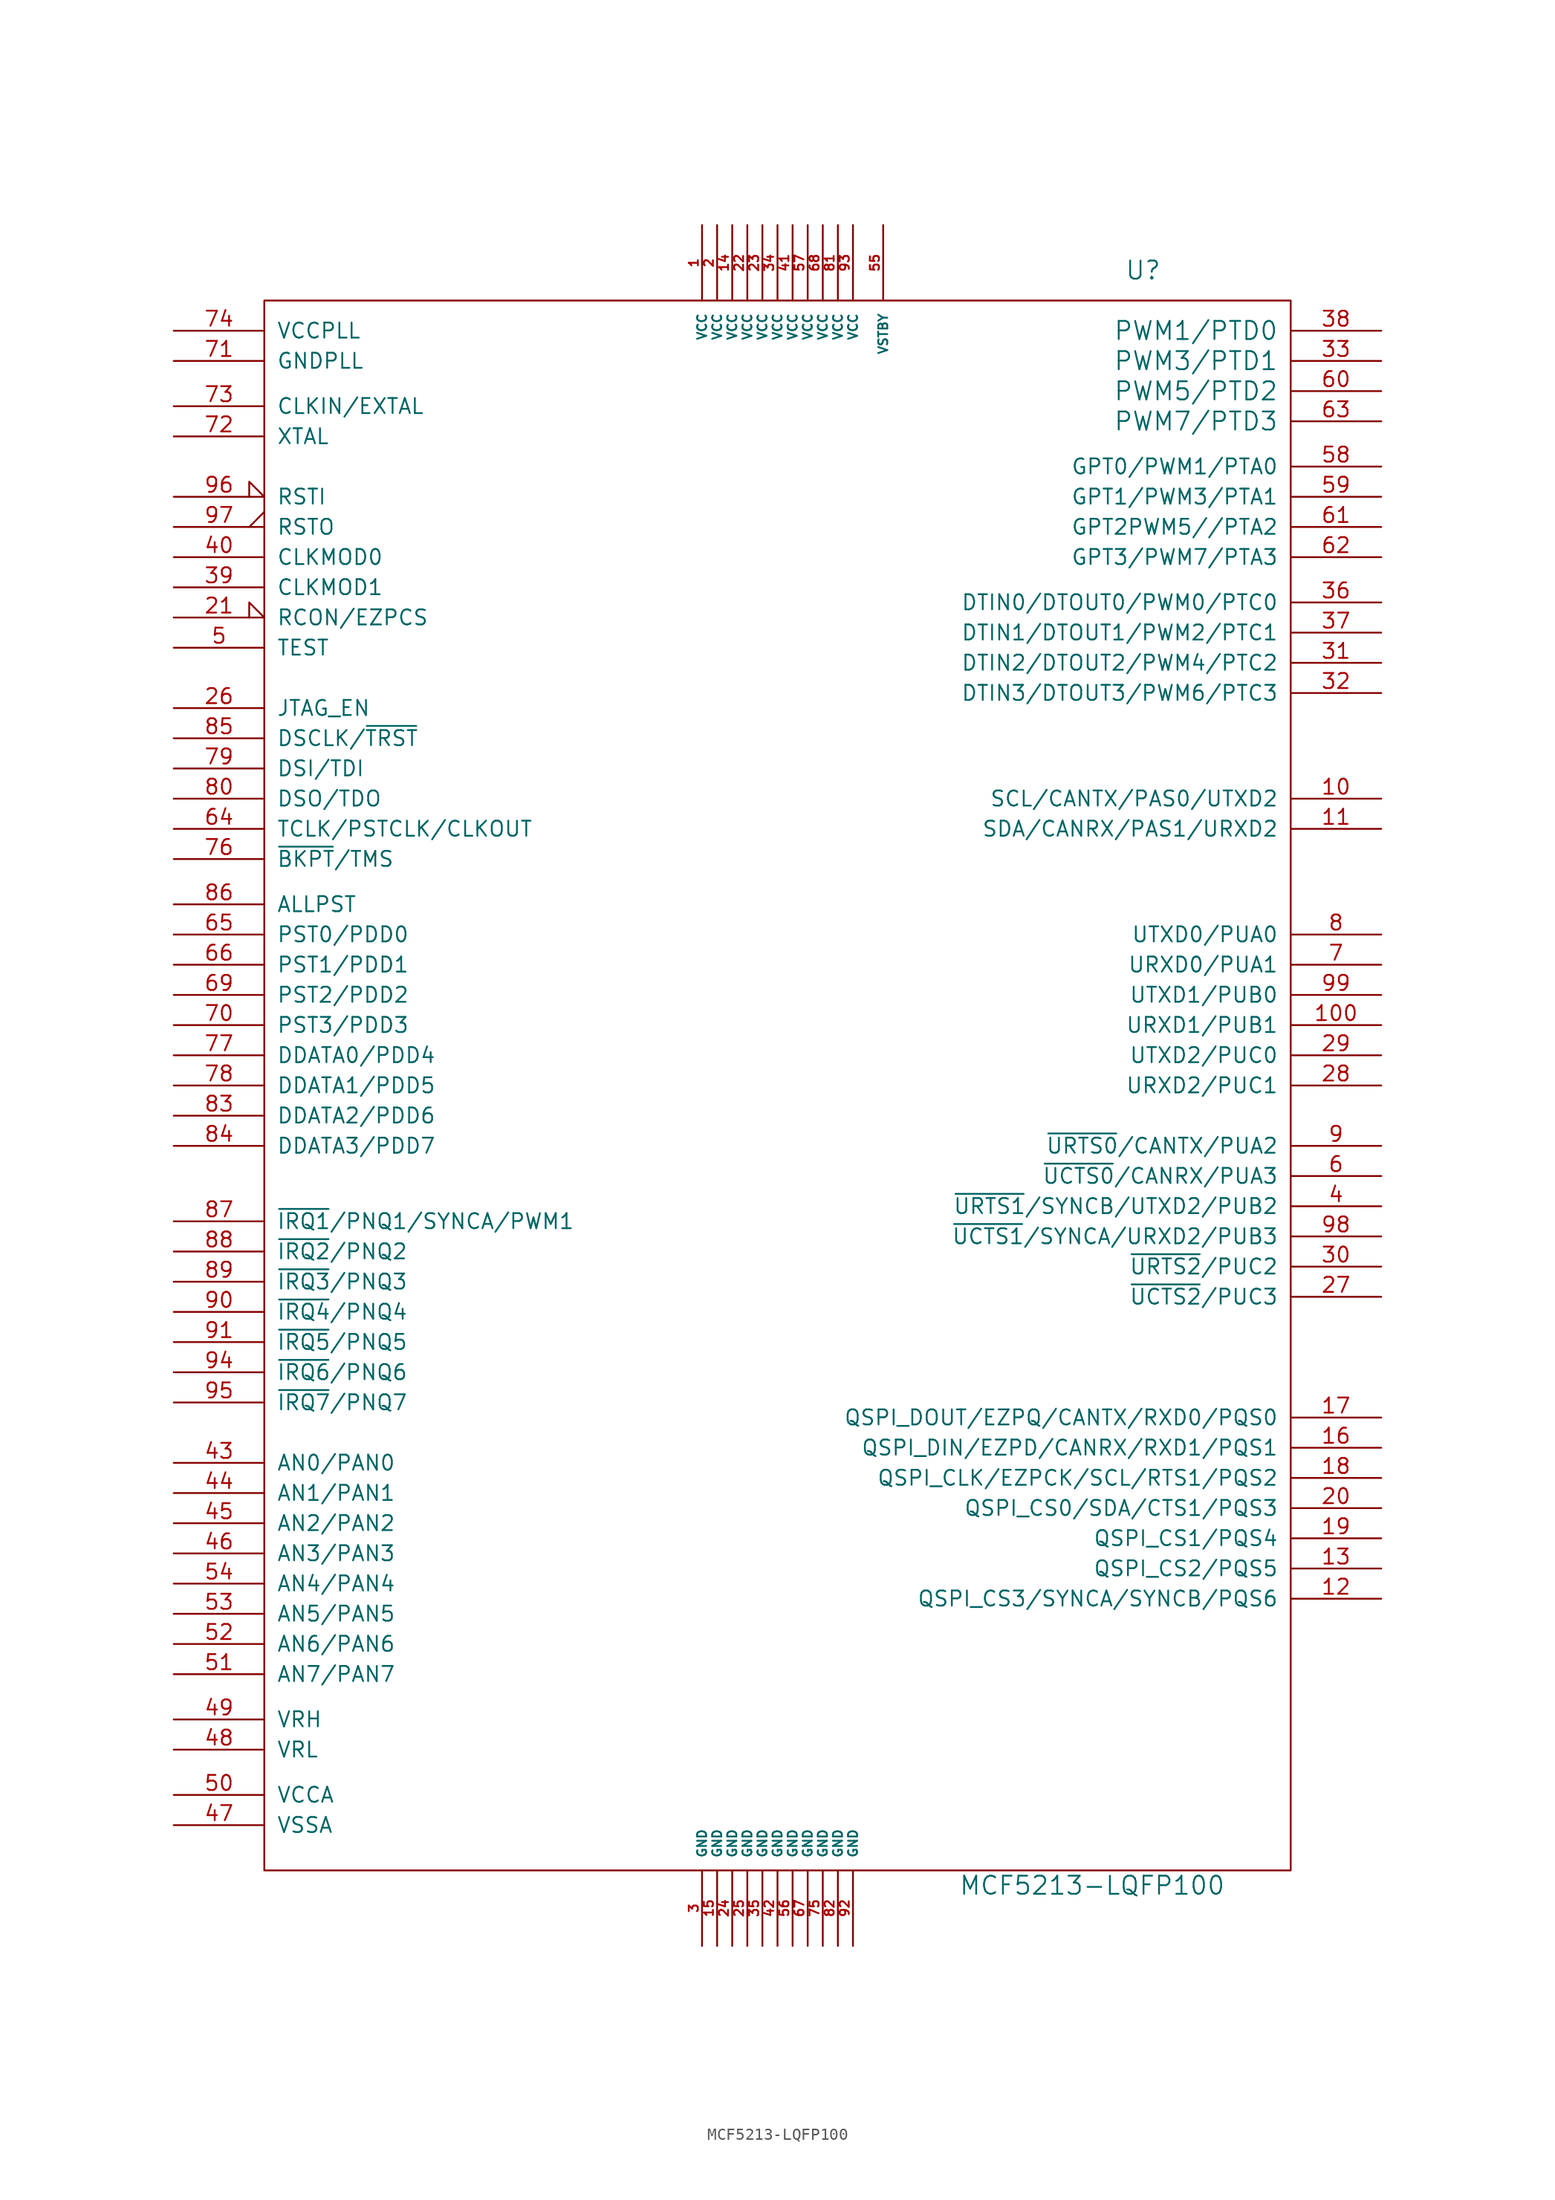
<source format=kicad_sym>
(kicad_symbol_lib
  (version 20211014)
  (generator kicad_symbol_editor)
  (symbol "MCF5213-LQFP100"
    (pin_names
      (offset 1.016))
    (property "Reference" "U"
      (at 29.21 68.58 0)
      (effects (font (size 1.524 1.524)) (justify left)))
    (property "Value" "MCF5213-LQFP100"
      (at 15.24 -67.31 0)
      (effects (font (size 1.524 1.524)) (justify left)))
    (property "Footprint" ""
      (at 0 0 0)
      (effects (font (size 1.524 1.524))))
    (property "Datasheet" ""
      (at 0 0 0)
      (effects (font (size 1.524 1.524))))
    (symbol "MCF5213-LQFP100_0_1"
      (rectangle (start -43.18 66.04) (end 43.18 -66.04) (stroke (width 0) (type default) (color 0 0 0 0)) (fill (type none))))
    (symbol "MCF5213-LQFP100_1_1"
      (pin power_in line (at -6.35 72.39 270) (length 6.35) (name "VCC" (effects (font (size 0.762 0.762)))) (number "1" (effects (font (size 0.762 0.762)))))
      (pin bidirectional line (at 50.8 24.13 180) (length 7.62) (name "SCL/CANTX/PAS0/UTXD2" (effects (font (size 1.27 1.27)))) (number "10" (effects (font (size 1.27 1.27)))))
      (pin bidirectional line (at 50.8 5.08 180) (length 7.62) (name "URXD1/PUB1" (effects (font (size 1.27 1.27)))) (number "100" (effects (font (size 1.27 1.27)))))
      (pin bidirectional line (at 50.8 21.59 180) (length 7.62) (name "SDA/CANRX/PAS1/URXD2" (effects (font (size 1.27 1.27)))) (number "11" (effects (font (size 1.27 1.27)))))
      (pin bidirectional line (at 50.8 -43.18 180) (length 7.62) (name "QSPI_CS3/SYNCA/SYNCB/PQS6" (effects (font (size 1.27 1.27)))) (number "12" (effects (font (size 1.27 1.27)))))
      (pin bidirectional line (at 50.8 -40.64 180) (length 7.62) (name "QSPI_CS2/PQS5" (effects (font (size 1.27 1.27)))) (number "13" (effects (font (size 1.27 1.27)))))
      (pin power_in line (at -3.81 72.39 270) (length 6.35) (name "VCC" (effects (font (size 0.762 0.762)))) (number "14" (effects (font (size 0.762 0.762)))))
      (pin power_in line (at -5.08 -72.39 90) (length 6.35) (name "GND" (effects (font (size 0.762 0.762)))) (number "15" (effects (font (size 0.762 0.762)))))
      (pin bidirectional line (at 50.8 -30.48 180) (length 7.62) (name "QSPI_DIN/EZPD/CANRX/RXD1/PQS1" (effects (font (size 1.27 1.27)))) (number "16" (effects (font (size 1.27 1.27)))))
      (pin bidirectional line (at 50.8 -27.94 180) (length 7.62) (name "QSPI_DOUT/EZPQ/CANTX/RXD0/PQS0" (effects (font (size 1.27 1.27)))) (number "17" (effects (font (size 1.27 1.27)))))
      (pin bidirectional line (at 50.8 -33.02 180) (length 7.62) (name "QSPI_CLK/EZPCK/SCL/RTS1/PQS2" (effects (font (size 1.27 1.27)))) (number "18" (effects (font (size 1.27 1.27)))))
      (pin bidirectional line (at 50.8 -38.1 180) (length 7.62) (name "QSPI_CS1/PQS4" (effects (font (size 1.27 1.27)))) (number "19" (effects (font (size 1.27 1.27)))))
      (pin power_in line (at -5.08 72.39 270) (length 6.35) (name "VCC" (effects (font (size 0.762 0.762)))) (number "2" (effects (font (size 0.762 0.762)))))
      (pin bidirectional line (at 50.8 -35.56 180) (length 7.62) (name "QSPI_CS0/SDA/CTS1/PQS3" (effects (font (size 1.27 1.27)))) (number "20" (effects (font (size 1.27 1.27)))))
      (pin input input_low (at -50.8 39.37 0) (length 7.62) (name "RCON/EZPCS" (effects (font (size 1.27 1.27)))) (number "21" (effects (font (size 1.27 1.27)))))
      (pin power_in line (at -2.54 72.39 270) (length 6.35) (name "VCC" (effects (font (size 0.762 0.762)))) (number "22" (effects (font (size 0.762 0.762)))))
      (pin power_in line (at -1.27 72.39 270) (length 6.35) (name "VCC" (effects (font (size 0.762 0.762)))) (number "23" (effects (font (size 0.762 0.762)))))
      (pin power_in line (at -3.81 -72.39 90) (length 6.35) (name "GND" (effects (font (size 0.762 0.762)))) (number "24" (effects (font (size 0.762 0.762)))))
      (pin power_in line (at -2.54 -72.39 90) (length 6.35) (name "GND" (effects (font (size 0.762 0.762)))) (number "25" (effects (font (size 0.762 0.762)))))
      (pin input line (at -50.8 31.75 0) (length 7.62) (name "JTAG_EN" (effects (font (size 1.27 1.27)))) (number "26" (effects (font (size 1.27 1.27)))))
      (pin bidirectional line (at 50.8 -17.78 180) (length 7.62) (name "~{UCTS2}/PUC3" (effects (font (size 1.27 1.27)))) (number "27" (effects (font (size 1.27 1.27)))))
      (pin bidirectional line (at 50.8 0 180) (length 7.62) (name "URXD2/PUC1" (effects (font (size 1.27 1.27)))) (number "28" (effects (font (size 1.27 1.27)))))
      (pin bidirectional line (at 50.8 2.54 180) (length 7.62) (name "UTXD2/PUC0" (effects (font (size 1.27 1.27)))) (number "29" (effects (font (size 1.27 1.27)))))
      (pin power_in line (at -6.35 -72.39 90) (length 6.35) (name "GND" (effects (font (size 0.762 0.762)))) (number "3" (effects (font (size 0.762 0.762)))))
      (pin bidirectional line (at 50.8 -15.24 180) (length 7.62) (name "~{URTS2}/PUC2" (effects (font (size 1.27 1.27)))) (number "30" (effects (font (size 1.27 1.27)))))
      (pin bidirectional line (at 50.8 35.56 180) (length 7.62) (name "DTIN2/DTOUT2/PWM4/PTC2" (effects (font (size 1.27 1.27)))) (number "31" (effects (font (size 1.27 1.27)))))
      (pin bidirectional line (at 50.8 33.02 180) (length 7.62) (name "DTIN3/DTOUT3/PWM6/PTC3" (effects (font (size 1.27 1.27)))) (number "32" (effects (font (size 1.27 1.27)))))
      (pin bidirectional line (at 50.8 60.96 180) (length 7.62) (name "PWM3/PTD1" (effects (font (size 1.524 1.524)))) (number "33" (effects (font (size 1.27 1.27)))))
      (pin power_in line (at 0 72.39 270) (length 6.35) (name "VCC" (effects (font (size 0.762 0.762)))) (number "34" (effects (font (size 0.762 0.762)))))
      (pin power_in line (at -1.27 -72.39 90) (length 6.35) (name "GND" (effects (font (size 0.762 0.762)))) (number "35" (effects (font (size 0.762 0.762)))))
      (pin bidirectional line (at 50.8 40.64 180) (length 7.62) (name "DTIN0/DTOUT0/PWM0/PTC0" (effects (font (size 1.27 1.27)))) (number "36" (effects (font (size 1.27 1.27)))))
      (pin bidirectional line (at 50.8 38.1 180) (length 7.62) (name "DTIN1/DTOUT1/PWM2/PTC1" (effects (font (size 1.27 1.27)))) (number "37" (effects (font (size 1.27 1.27)))))
      (pin bidirectional line (at 50.8 63.5 180) (length 7.62) (name "PWM1/PTD0" (effects (font (size 1.524 1.524)))) (number "38" (effects (font (size 1.27 1.27)))))
      (pin input line (at -50.8 41.91 0) (length 7.62) (name "CLKMOD1" (effects (font (size 1.27 1.27)))) (number "39" (effects (font (size 1.27 1.27)))))
      (pin bidirectional line (at 50.8 -10.16 180) (length 7.62) (name "~{URTS1}/SYNCB/UTXD2/PUB2" (effects (font (size 1.27 1.27)))) (number "4" (effects (font (size 1.27 1.27)))))
      (pin input line (at -50.8 44.45 0) (length 7.62) (name "CLKMOD0" (effects (font (size 1.27 1.27)))) (number "40" (effects (font (size 1.27 1.27)))))
      (pin power_in line (at 1.27 72.39 270) (length 6.35) (name "VCC" (effects (font (size 0.762 0.762)))) (number "41" (effects (font (size 0.762 0.762)))))
      (pin power_in line (at 0 -72.39 90) (length 6.35) (name "GND" (effects (font (size 0.762 0.762)))) (number "42" (effects (font (size 0.762 0.762)))))
      (pin bidirectional line (at -50.8 -31.75 0) (length 7.62) (name "AN0/PAN0" (effects (font (size 1.27 1.27)))) (number "43" (effects (font (size 1.27 1.27)))))
      (pin bidirectional line (at -50.8 -34.29 0) (length 7.62) (name "AN1/PAN1" (effects (font (size 1.27 1.27)))) (number "44" (effects (font (size 1.27 1.27)))))
      (pin bidirectional line (at -50.8 -36.83 0) (length 7.62) (name "AN2/PAN2" (effects (font (size 1.27 1.27)))) (number "45" (effects (font (size 1.27 1.27)))))
      (pin bidirectional line (at -50.8 -39.37 0) (length 7.62) (name "AN3/PAN3" (effects (font (size 1.27 1.27)))) (number "46" (effects (font (size 1.27 1.27)))))
      (pin input line (at -50.8 -62.23 0) (length 7.62) (name "VSSA" (effects (font (size 1.27 1.27)))) (number "47" (effects (font (size 1.27 1.27)))))
      (pin input line (at -50.8 -55.88 0) (length 7.62) (name "VRL" (effects (font (size 1.27 1.27)))) (number "48" (effects (font (size 1.27 1.27)))))
      (pin input line (at -50.8 -53.34 0) (length 7.62) (name "VRH" (effects (font (size 1.27 1.27)))) (number "49" (effects (font (size 1.27 1.27)))))
      (pin input line (at -50.8 36.83 0) (length 7.62) (name "TEST" (effects (font (size 1.27 1.27)))) (number "5" (effects (font (size 1.27 1.27)))))
      (pin input line (at -50.8 -59.69 0) (length 7.62) (name "VCCA" (effects (font (size 1.27 1.27)))) (number "50" (effects (font (size 1.27 1.27)))))
      (pin bidirectional line (at -50.8 -49.53 0) (length 7.62) (name "AN7/PAN7" (effects (font (size 1.27 1.27)))) (number "51" (effects (font (size 1.27 1.27)))))
      (pin bidirectional line (at -50.8 -46.99 0) (length 7.62) (name "AN6/PAN6" (effects (font (size 1.27 1.27)))) (number "52" (effects (font (size 1.27 1.27)))))
      (pin bidirectional line (at -50.8 -44.45 0) (length 7.62) (name "AN5/PAN5" (effects (font (size 1.27 1.27)))) (number "53" (effects (font (size 1.27 1.27)))))
      (pin bidirectional line (at -50.8 -41.91 0) (length 7.62) (name "AN4/PAN4" (effects (font (size 1.27 1.27)))) (number "54" (effects (font (size 1.27 1.27)))))
      (pin power_in line (at 8.89 72.39 270) (length 6.35) (name "VSTBY" (effects (font (size 0.762 0.762)))) (number "55" (effects (font (size 0.762 0.762)))))
      (pin power_in line (at 1.27 -72.39 90) (length 6.35) (name "GND" (effects (font (size 0.762 0.762)))) (number "56" (effects (font (size 0.762 0.762)))))
      (pin power_in line (at 2.54 72.39 270) (length 6.35) (name "VCC" (effects (font (size 0.762 0.762)))) (number "57" (effects (font (size 0.762 0.762)))))
      (pin bidirectional line (at 50.8 52.07 180) (length 7.62) (name "GPT0/PWM1/PTA0" (effects (font (size 1.27 1.27)))) (number "58" (effects (font (size 1.27 1.27)))))
      (pin bidirectional line (at 50.8 49.53 180) (length 7.62) (name "GPT1/PWM3/PTA1" (effects (font (size 1.27 1.27)))) (number "59" (effects (font (size 1.27 1.27)))))
      (pin bidirectional line (at 50.8 -7.62 180) (length 7.62) (name "~{UCTS0}/CANRX/PUA3" (effects (font (size 1.27 1.27)))) (number "6" (effects (font (size 1.27 1.27)))))
      (pin bidirectional line (at 50.8 58.42 180) (length 7.62) (name "PWM5/PTD2" (effects (font (size 1.524 1.524)))) (number "60" (effects (font (size 1.27 1.27)))))
      (pin bidirectional line (at 50.8 46.99 180) (length 7.62) (name "GPT2PWM5//PTA2" (effects (font (size 1.27 1.27)))) (number "61" (effects (font (size 1.27 1.27)))))
      (pin bidirectional line (at 50.8 44.45 180) (length 7.62) (name "GPT3/PWM7/PTA3" (effects (font (size 1.27 1.27)))) (number "62" (effects (font (size 1.27 1.27)))))
      (pin bidirectional line (at 50.8 55.88 180) (length 7.62) (name "PWM7/PTD3" (effects (font (size 1.524 1.524)))) (number "63" (effects (font (size 1.27 1.27)))))
      (pin input line (at -50.8 21.59 0) (length 7.62) (name "TCLK/PSTCLK/CLKOUT" (effects (font (size 1.27 1.27)))) (number "64" (effects (font (size 1.27 1.27)))))
      (pin bidirectional line (at -50.8 12.7 0) (length 7.62) (name "PST0/PDD0" (effects (font (size 1.27 1.27)))) (number "65" (effects (font (size 1.27 1.27)))))
      (pin bidirectional line (at -50.8 10.16 0) (length 7.62) (name "PST1/PDD1" (effects (font (size 1.27 1.27)))) (number "66" (effects (font (size 1.27 1.27)))))
      (pin power_in line (at 2.54 -72.39 90) (length 6.35) (name "GND" (effects (font (size 0.762 0.762)))) (number "67" (effects (font (size 0.762 0.762)))))
      (pin power_in line (at 3.81 72.39 270) (length 6.35) (name "VCC" (effects (font (size 0.762 0.762)))) (number "68" (effects (font (size 0.762 0.762)))))
      (pin bidirectional line (at -50.8 7.62 0) (length 7.62) (name "PST2/PDD2" (effects (font (size 1.27 1.27)))) (number "69" (effects (font (size 1.27 1.27)))))
      (pin bidirectional line (at 50.8 10.16 180) (length 7.62) (name "URXD0/PUA1" (effects (font (size 1.27 1.27)))) (number "7" (effects (font (size 1.27 1.27)))))
      (pin bidirectional line (at -50.8 5.08 0) (length 7.62) (name "PST3/PDD3" (effects (font (size 1.27 1.27)))) (number "70" (effects (font (size 1.27 1.27)))))
      (pin passive line (at -50.8 60.96 0) (length 7.62) (name "GNDPLL" (effects (font (size 1.27 1.27)))) (number "71" (effects (font (size 1.27 1.27)))))
      (pin output line (at -50.8 54.61 0) (length 7.62) (name "XTAL" (effects (font (size 1.27 1.27)))) (number "72" (effects (font (size 1.27 1.27)))))
      (pin input line (at -50.8 57.15 0) (length 7.62) (name "CLKIN/EXTAL" (effects (font (size 1.27 1.27)))) (number "73" (effects (font (size 1.27 1.27)))))
      (pin passive line (at -50.8 63.5 0) (length 7.62) (name "VCCPLL" (effects (font (size 1.27 1.27)))) (number "74" (effects (font (size 1.27 1.27)))))
      (pin power_in line (at 3.81 -72.39 90) (length 6.35) (name "GND" (effects (font (size 0.762 0.762)))) (number "75" (effects (font (size 0.762 0.762)))))
      (pin input line (at -50.8 19.05 0) (length 7.62) (name "~{BKPT}/TMS" (effects (font (size 1.27 1.27)))) (number "76" (effects (font (size 1.27 1.27)))))
      (pin bidirectional line (at -50.8 2.54 0) (length 7.62) (name "DDATA0/PDD4" (effects (font (size 1.27 1.27)))) (number "77" (effects (font (size 1.27 1.27)))))
      (pin bidirectional line (at -50.8 0 0) (length 7.62) (name "DDATA1/PDD5" (effects (font (size 1.27 1.27)))) (number "78" (effects (font (size 1.27 1.27)))))
      (pin input line (at -50.8 26.67 0) (length 7.62) (name "DSI/TDI" (effects (font (size 1.27 1.27)))) (number "79" (effects (font (size 1.27 1.27)))))
      (pin bidirectional line (at 50.8 12.7 180) (length 7.62) (name "UTXD0/PUA0" (effects (font (size 1.27 1.27)))) (number "8" (effects (font (size 1.27 1.27)))))
      (pin output line (at -50.8 24.13 0) (length 7.62) (name "DSO/TDO" (effects (font (size 1.27 1.27)))) (number "80" (effects (font (size 1.27 1.27)))))
      (pin power_in line (at 5.08 72.39 270) (length 6.35) (name "VCC" (effects (font (size 0.762 0.762)))) (number "81" (effects (font (size 0.762 0.762)))))
      (pin power_in line (at 5.08 -72.39 90) (length 6.35) (name "GND" (effects (font (size 0.762 0.762)))) (number "82" (effects (font (size 0.762 0.762)))))
      (pin bidirectional line (at -50.8 -2.54 0) (length 7.62) (name "DDATA2/PDD6" (effects (font (size 1.27 1.27)))) (number "83" (effects (font (size 1.27 1.27)))))
      (pin bidirectional line (at -50.8 -5.08 0) (length 7.62) (name "DDATA3/PDD7" (effects (font (size 1.27 1.27)))) (number "84" (effects (font (size 1.27 1.27)))))
      (pin input line (at -50.8 29.21 0) (length 7.62) (name "DSCLK/~{TRST}" (effects (font (size 1.27 1.27)))) (number "85" (effects (font (size 1.27 1.27)))))
      (pin output line (at -50.8 15.24 0) (length 7.62) (name "ALLPST" (effects (font (size 1.27 1.27)))) (number "86" (effects (font (size 1.27 1.27)))))
      (pin bidirectional line (at -50.8 -11.43 0) (length 7.62) (name "~{IRQ1}/PNQ1/SYNCA/PWM1" (effects (font (size 1.27 1.27)))) (number "87" (effects (font (size 1.27 1.27)))))
      (pin bidirectional line (at -50.8 -13.97 0) (length 7.62) (name "~{IRQ2}/PNQ2" (effects (font (size 1.27 1.27)))) (number "88" (effects (font (size 1.27 1.27)))))
      (pin bidirectional line (at -50.8 -16.51 0) (length 7.62) (name "~{IRQ3}/PNQ3" (effects (font (size 1.27 1.27)))) (number "89" (effects (font (size 1.27 1.27)))))
      (pin bidirectional line (at 50.8 -5.08 180) (length 7.62) (name "~{URTS0}/CANTX/PUA2" (effects (font (size 1.27 1.27)))) (number "9" (effects (font (size 1.27 1.27)))))
      (pin bidirectional line (at -50.8 -19.05 0) (length 7.62) (name "~{IRQ4}/PNQ4" (effects (font (size 1.27 1.27)))) (number "90" (effects (font (size 1.27 1.27)))))
      (pin bidirectional line (at -50.8 -21.59 0) (length 7.62) (name "~{IRQ5}/PNQ5" (effects (font (size 1.27 1.27)))) (number "91" (effects (font (size 1.27 1.27)))))
      (pin power_in line (at 6.35 -72.39 90) (length 6.35) (name "GND" (effects (font (size 0.762 0.762)))) (number "92" (effects (font (size 0.762 0.762)))))
      (pin power_in line (at 6.35 72.39 270) (length 6.35) (name "VCC" (effects (font (size 0.762 0.762)))) (number "93" (effects (font (size 0.762 0.762)))))
      (pin bidirectional line (at -50.8 -24.13 0) (length 7.62) (name "~{IRQ6}/PNQ6" (effects (font (size 1.27 1.27)))) (number "94" (effects (font (size 1.27 1.27)))))
      (pin bidirectional line (at -50.8 -26.67 0) (length 7.62) (name "~{IRQ7}/PNQ7" (effects (font (size 1.27 1.27)))) (number "95" (effects (font (size 1.27 1.27)))))
      (pin input input_low (at -50.8 49.53 0) (length 7.62) (name "RSTI" (effects (font (size 1.27 1.27)))) (number "96" (effects (font (size 1.27 1.27)))))
      (pin output output_low (at -50.8 46.99 0) (length 7.62) (name "RSTO" (effects (font (size 1.27 1.27)))) (number "97" (effects (font (size 1.27 1.27)))))
      (pin bidirectional line (at 50.8 -12.7 180) (length 7.62) (name "~{UCTS1}/SYNCA/URXD2/PUB3" (effects (font (size 1.27 1.27)))) (number "98" (effects (font (size 1.27 1.27)))))
      (pin bidirectional line (at 50.8 7.62 180) (length 7.62) (name "UTXD1/PUB0" (effects (font (size 1.27 1.27)))) (number "99" (effects (font (size 1.27 1.27))))))))
</source>
